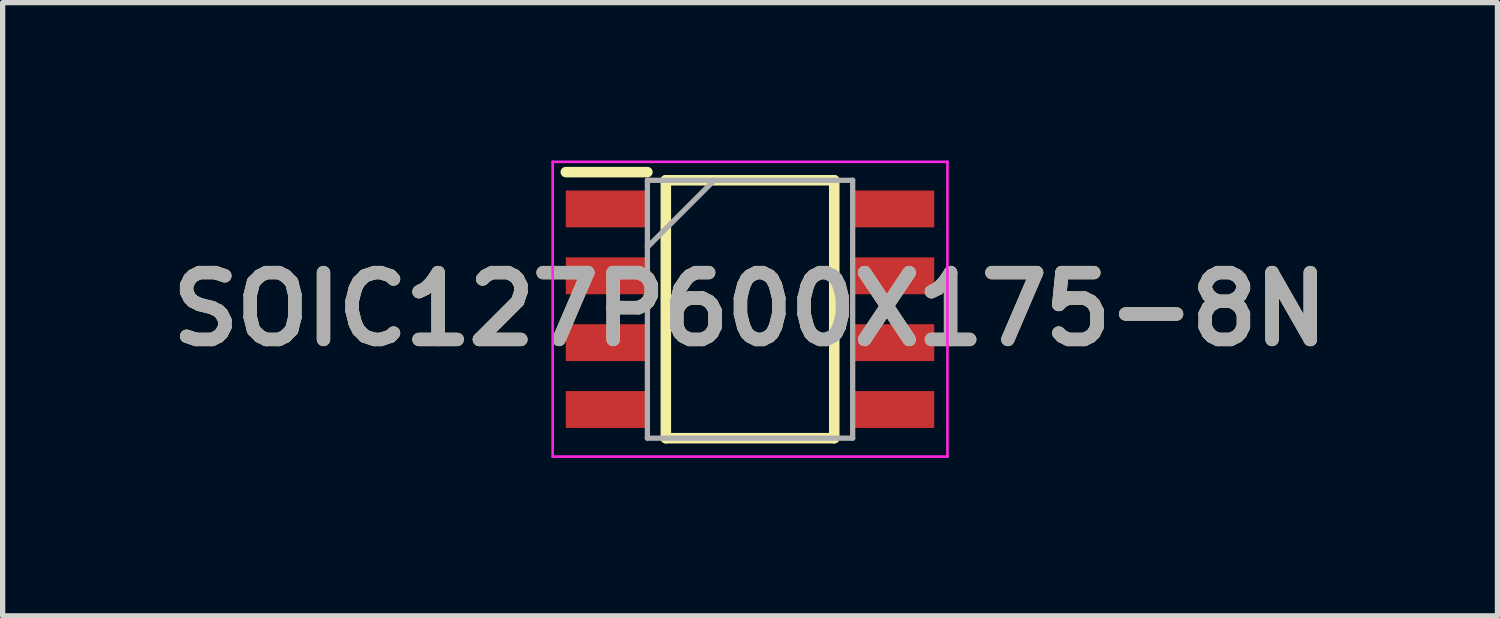
<source format=kicad_pcb>
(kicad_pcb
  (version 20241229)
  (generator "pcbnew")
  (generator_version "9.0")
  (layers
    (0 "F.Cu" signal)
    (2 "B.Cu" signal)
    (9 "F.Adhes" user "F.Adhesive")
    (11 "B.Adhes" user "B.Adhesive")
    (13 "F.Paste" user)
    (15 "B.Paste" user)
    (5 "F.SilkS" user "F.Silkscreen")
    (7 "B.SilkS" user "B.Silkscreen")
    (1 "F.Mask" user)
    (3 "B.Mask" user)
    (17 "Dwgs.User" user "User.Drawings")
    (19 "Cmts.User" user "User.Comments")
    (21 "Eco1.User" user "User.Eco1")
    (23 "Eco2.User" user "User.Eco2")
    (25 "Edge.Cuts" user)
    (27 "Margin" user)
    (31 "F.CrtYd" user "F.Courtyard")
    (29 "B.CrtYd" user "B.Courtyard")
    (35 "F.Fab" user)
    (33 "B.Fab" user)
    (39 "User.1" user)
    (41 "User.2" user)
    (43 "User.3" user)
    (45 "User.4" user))
  (footprint "SOIC127P600X175-8N"
    (layer "F.Cu")
    (at 11.2 2.825)
    (property "Reference" "SOIC127P600X175-8N" (at 0 0 0) (layer "F.SilkS") (effects (font (size 1.27 1.27) (thickness 0.254))))
    (attr smd)
    (fp_line (start -3.5 -2.605) (end -1.95 -2.605) (stroke (width 0.2) (type solid)) (layer "F.SilkS"))
    (fp_line (start -1.6 -2.45) (end 1.6 -2.45) (stroke (width 0.2) (type solid)) (layer "F.SilkS"))
    (fp_line (start -1.6 2.45) (end -1.6 -2.45) (stroke (width 0.2) (type solid)) (layer "F.SilkS"))
    (fp_line (start 1.6 -2.45) (end 1.6 2.45) (stroke (width 0.2) (type solid)) (layer "F.SilkS"))
    (fp_line (start 1.6 2.45) (end -1.6 2.45) (stroke (width 0.2) (type solid)) (layer "F.SilkS"))
    (fp_line (start -3.75 -2.8) (end 3.75 -2.8) (stroke (width 0.05) (type solid)) (layer "F.CrtYd"))
    (fp_line (start -3.75 2.8) (end -3.75 -2.8) (stroke (width 0.05) (type solid)) (layer "F.CrtYd"))
    (fp_line (start 3.75 -2.8) (end 3.75 2.8) (stroke (width 0.05) (type solid)) (layer "F.CrtYd"))
    (fp_line (start 3.75 2.8) (end -3.75 2.8) (stroke (width 0.05) (type solid)) (layer "F.CrtYd"))
    (fp_line (start -1.95 -2.45) (end 1.95 -2.45) (stroke (width 0.1) (type solid)) (layer "F.Fab"))
    (fp_line (start -1.95 -1.18) (end -0.68 -2.45) (stroke (width 0.1) (type solid)) (layer "F.Fab"))
    (fp_line (start -1.95 2.45) (end -1.95 -2.45) (stroke (width 0.1) (type solid)) (layer "F.Fab"))
    (fp_line (start 1.95 -2.45) (end 1.95 2.45) (stroke (width 0.1) (type solid)) (layer "F.Fab"))
    (fp_line (start 1.95 2.45) (end -1.95 2.45) (stroke (width 0.1) (type solid)) (layer "F.Fab"))
    (fp_text user "${REFERENCE}" (at 0 0 0) (layer "F.Fab") (effects (font (size 1.27 1.27) (thickness 0.254))))
    (pad "1" smd rect (at -2.725 -1.905 90) (size 0.7 1.55) (layers "F.Cu" "F.Mask" "F.Paste"))
    (pad "2" smd rect (at -2.725 -0.635 90) (size 0.7 1.55) (layers "F.Cu" "F.Mask" "F.Paste"))
    (pad "3" smd rect (at -2.725 0.635 90) (size 0.7 1.55) (layers "F.Cu" "F.Mask" "F.Paste"))
    (pad "4" smd rect (at -2.725 1.905 90) (size 0.7 1.55) (layers "F.Cu" "F.Mask" "F.Paste"))
    (pad "5" smd rect (at 2.725 1.905 90) (size 0.7 1.55) (layers "F.Cu" "F.Mask" "F.Paste"))
    (pad "6" smd rect (at 2.725 0.635 90) (size 0.7 1.55) (layers "F.Cu" "F.Mask" "F.Paste"))
    (pad "7" smd rect (at 2.725 -0.635 90) (size 0.7 1.55) (layers "F.Cu" "F.Mask" "F.Paste"))
    (pad "8" smd rect (at 2.725 -1.905 90) (size 0.7 1.55) (layers "F.Cu" "F.Mask" "F.Paste")))
  (gr_rect
    (start -3 -3)
    (end 25.4 8.65)
    (stroke (width 0.1) (type default))
    (fill no)
    (layer "Edge.Cuts")))
</source>
